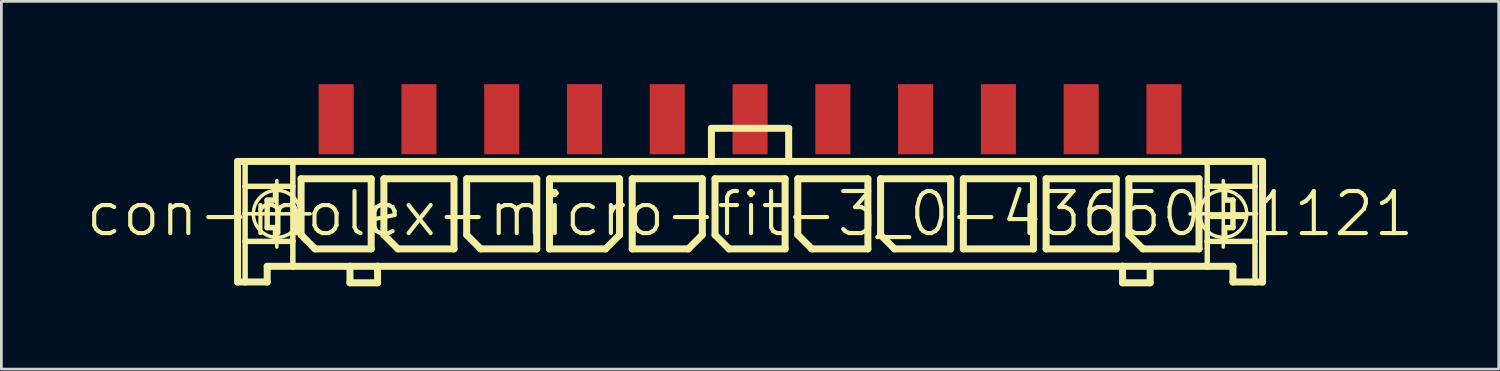
<source format=kicad_pcb>
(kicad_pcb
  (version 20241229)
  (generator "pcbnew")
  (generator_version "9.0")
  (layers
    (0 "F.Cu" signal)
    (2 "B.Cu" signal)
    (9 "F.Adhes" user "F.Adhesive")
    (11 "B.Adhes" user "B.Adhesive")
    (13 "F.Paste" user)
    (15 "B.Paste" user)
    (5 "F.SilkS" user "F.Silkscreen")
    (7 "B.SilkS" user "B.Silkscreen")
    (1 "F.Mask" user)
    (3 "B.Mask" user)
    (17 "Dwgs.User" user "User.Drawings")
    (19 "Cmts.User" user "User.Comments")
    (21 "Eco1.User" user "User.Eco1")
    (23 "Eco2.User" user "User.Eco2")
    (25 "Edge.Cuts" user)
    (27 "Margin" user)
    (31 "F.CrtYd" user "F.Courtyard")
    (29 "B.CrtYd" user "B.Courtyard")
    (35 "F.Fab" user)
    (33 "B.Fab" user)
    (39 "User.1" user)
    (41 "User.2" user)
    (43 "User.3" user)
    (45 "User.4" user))
  (footprint "con-molex-micro-fit-3_0-43650-1121"
    (layer "F.Cu")
    (at 24.13 4.699)
    (property "Reference" "con-molex-micro-fit-3_0-43650-1121" (at 0 0 0) (layer "F.SilkS") (effects (font (size 1.524 1.524) (thickness 0.15))))
    (attr smd)
    (fp_line (start -18.572 -1.9) (end -18.298 -1.9) (stroke (width 0.254) (type solid)) (layer "F.SilkS"))
    (fp_line (start -18.572 2.469) (end -18.572 -1.9) (stroke (width 0.254) (type solid)) (layer "F.SilkS"))
    (fp_line (start -18.354 0) (end -15.944 0) (stroke (width 0.127) (type solid)) (layer "F.SilkS"))
    (fp_line (start -18.298 -1.9) (end -16.568 -1.9) (stroke (width 0.254) (type solid)) (layer "F.SilkS"))
    (fp_line (start -18.298 -0.998) (end -18.298 -1.9) (stroke (width 0.198) (type solid)) (layer "F.SilkS"))
    (fp_line (start -18.298 0.998) (end -18.298 -0.998) (stroke (width 0.198) (type solid)) (layer "F.SilkS"))
    (fp_line (start -18.298 2.469) (end -18.572 2.469) (stroke (width 0.254) (type solid)) (layer "F.SilkS"))
    (fp_line (start -18.298 2.469) (end -18.298 0.998) (stroke (width 0.198) (type solid)) (layer "F.SilkS"))
    (fp_line (start -17.498 -0.498) (end -17.498 0.498) (stroke (width 0.198) (type solid)) (layer "F.SilkS"))
    (fp_line (start -17.498 0.498) (end -17.198 0.498) (stroke (width 0.198) (type solid)) (layer "F.SilkS"))
    (fp_line (start -17.498 1.9) (end -17.498 2.469) (stroke (width 0.254) (type solid)) (layer "F.SilkS"))
    (fp_line (start -17.498 2.469) (end -18.298 2.469) (stroke (width 0.254) (type solid)) (layer "F.SilkS"))
    (fp_line (start -17.198 -0.998) (end -18.298 -0.998) (stroke (width 0.198) (type solid)) (layer "F.SilkS"))
    (fp_line (start -17.198 -0.998) (end -17.198 -0.498) (stroke (width 0.198) (type solid)) (layer "F.SilkS"))
    (fp_line (start -17.198 -0.498) (end -17.498 -0.498) (stroke (width 0.198) (type solid)) (layer "F.SilkS"))
    (fp_line (start -17.198 0.498) (end -17.198 0.998) (stroke (width 0.198) (type solid)) (layer "F.SilkS"))
    (fp_line (start -17.198 0.998) (end -18.298 0.998) (stroke (width 0.198) (type solid)) (layer "F.SilkS"))
    (fp_line (start -17.148 1.204) (end -17.148 -1.204) (stroke (width 0.127) (type solid)) (layer "F.SilkS"))
    (fp_line (start -16.568 -1.9) (end -1.4 -1.9) (stroke (width 0.254) (type solid)) (layer "F.SilkS"))
    (fp_line (start -16.568 -0.998) (end -17.198 -0.998) (stroke (width 0.198) (type solid)) (layer "F.SilkS"))
    (fp_line (start -16.568 -0.998) (end -16.568 -1.9) (stroke (width 0.198) (type solid)) (layer "F.SilkS"))
    (fp_line (start -16.568 0.998) (end -17.198 0.998) (stroke (width 0.198) (type solid)) (layer "F.SilkS"))
    (fp_line (start -16.568 0.998) (end -16.568 -0.998) (stroke (width 0.198) (type solid)) (layer "F.SilkS"))
    (fp_line (start -16.568 1.9) (end -17.498 1.9) (stroke (width 0.254) (type solid)) (layer "F.SilkS"))
    (fp_line (start -16.568 1.9) (end -16.568 0.998) (stroke (width 0.198) (type solid)) (layer "F.SilkS"))
    (fp_line (start -16.269 -1.27) (end -13.729 -1.27) (stroke (width 0.254) (type solid)) (layer "F.SilkS"))
    (fp_line (start -16.269 0.762) (end -16.269 -1.27) (stroke (width 0.254) (type solid)) (layer "F.SilkS"))
    (fp_line (start -15.761 1.27) (end -16.269 0.762) (stroke (width 0.254) (type solid)) (layer "F.SilkS"))
    (fp_line (start -14.498 1.9) (end -16.568 1.9) (stroke (width 0.254) (type solid)) (layer "F.SilkS"))
    (fp_line (start -14.498 1.9) (end -14.498 2.499) (stroke (width 0.254) (type solid)) (layer "F.SilkS"))
    (fp_line (start -14.498 2.499) (end -13.498 2.499) (stroke (width 0.254) (type solid)) (layer "F.SilkS"))
    (fp_line (start -13.729 -1.27) (end -13.729 1.27) (stroke (width 0.254) (type solid)) (layer "F.SilkS"))
    (fp_line (start -13.729 1.27) (end -15.761 1.27) (stroke (width 0.254) (type solid)) (layer "F.SilkS"))
    (fp_line (start -13.498 1.9) (end -14.498 1.9) (stroke (width 0.254) (type solid)) (layer "F.SilkS"))
    (fp_line (start -13.498 2.499) (end -13.498 1.9) (stroke (width 0.254) (type solid)) (layer "F.SilkS"))
    (fp_line (start -13.269 -1.27) (end -10.729 -1.27) (stroke (width 0.254) (type solid)) (layer "F.SilkS"))
    (fp_line (start -13.269 0.762) (end -13.269 -1.27) (stroke (width 0.254) (type solid)) (layer "F.SilkS"))
    (fp_line (start -12.761 1.27) (end -13.269 0.762) (stroke (width 0.254) (type solid)) (layer "F.SilkS"))
    (fp_line (start -10.729 -1.27) (end -10.729 1.27) (stroke (width 0.254) (type solid)) (layer "F.SilkS"))
    (fp_line (start -10.729 1.27) (end -12.761 1.27) (stroke (width 0.254) (type solid)) (layer "F.SilkS"))
    (fp_line (start -10.269 -1.27) (end -7.729 -1.27) (stroke (width 0.254) (type solid)) (layer "F.SilkS"))
    (fp_line (start -10.269 0.762) (end -10.269 -1.27) (stroke (width 0.254) (type solid)) (layer "F.SilkS"))
    (fp_line (start -9.761 1.27) (end -10.269 0.762) (stroke (width 0.254) (type solid)) (layer "F.SilkS"))
    (fp_line (start -7.729 -1.27) (end -7.729 1.27) (stroke (width 0.254) (type solid)) (layer "F.SilkS"))
    (fp_line (start -7.729 1.27) (end -9.761 1.27) (stroke (width 0.254) (type solid)) (layer "F.SilkS"))
    (fp_line (start -7.269 -1.27) (end -4.729 -1.27) (stroke (width 0.254) (type solid)) (layer "F.SilkS"))
    (fp_line (start -7.269 1.27) (end -7.269 -1.27) (stroke (width 0.254) (type solid)) (layer "F.SilkS"))
    (fp_line (start -5.237 1.27) (end -7.269 1.27) (stroke (width 0.254) (type solid)) (layer "F.SilkS"))
    (fp_line (start -4.729 -1.27) (end -4.729 0.762) (stroke (width 0.254) (type solid)) (layer "F.SilkS"))
    (fp_line (start -4.729 0.762) (end -5.237 1.27) (stroke (width 0.254) (type solid)) (layer "F.SilkS"))
    (fp_line (start -4.27 -1.27) (end -1.73 -1.27) (stroke (width 0.254) (type solid)) (layer "F.SilkS"))
    (fp_line (start -4.27 1.27) (end -4.27 -1.27) (stroke (width 0.254) (type solid)) (layer "F.SilkS"))
    (fp_line (start -2.238 1.27) (end -4.27 1.27) (stroke (width 0.254) (type solid)) (layer "F.SilkS"))
    (fp_line (start -1.73 -1.27) (end -1.73 0.762) (stroke (width 0.254) (type solid)) (layer "F.SilkS"))
    (fp_line (start -1.73 0.762) (end -2.238 1.27) (stroke (width 0.254) (type solid)) (layer "F.SilkS"))
    (fp_line (start -1.4 -3.099) (end -1.4 -1.9) (stroke (width 0.254) (type solid)) (layer "F.SilkS"))
    (fp_line (start -1.4 -3.099) (end 1.4 -3.099) (stroke (width 0.254) (type solid)) (layer "F.SilkS"))
    (fp_line (start -1.4 -1.9) (end 1.4 -1.9) (stroke (width 0.254) (type solid)) (layer "F.SilkS"))
    (fp_line (start -1.27 -1.27) (end 1.27 -1.27) (stroke (width 0.254) (type solid)) (layer "F.SilkS"))
    (fp_line (start -1.27 0.762) (end -1.27 -1.27) (stroke (width 0.254) (type solid)) (layer "F.SilkS"))
    (fp_line (start -0.762 1.27) (end -1.27 0.762) (stroke (width 0.254) (type solid)) (layer "F.SilkS"))
    (fp_line (start 1.27 -1.27) (end 1.27 1.27) (stroke (width 0.254) (type solid)) (layer "F.SilkS"))
    (fp_line (start 1.27 1.27) (end -0.762 1.27) (stroke (width 0.254) (type solid)) (layer "F.SilkS"))
    (fp_line (start 1.4 -3.099) (end 1.4 -1.9) (stroke (width 0.254) (type solid)) (layer "F.SilkS"))
    (fp_line (start 1.4 -1.9) (end 16.568 -1.9) (stroke (width 0.254) (type solid)) (layer "F.SilkS"))
    (fp_line (start 1.73 -1.27) (end 4.27 -1.27) (stroke (width 0.254) (type solid)) (layer "F.SilkS"))
    (fp_line (start 1.73 0.762) (end 1.73 -1.27) (stroke (width 0.254) (type solid)) (layer "F.SilkS"))
    (fp_line (start 2.238 1.27) (end 1.73 0.762) (stroke (width 0.254) (type solid)) (layer "F.SilkS"))
    (fp_line (start 4.27 -1.27) (end 4.27 1.27) (stroke (width 0.254) (type solid)) (layer "F.SilkS"))
    (fp_line (start 4.27 1.27) (end 2.238 1.27) (stroke (width 0.254) (type solid)) (layer "F.SilkS"))
    (fp_line (start 4.729 -1.27) (end 7.269 -1.27) (stroke (width 0.254) (type solid)) (layer "F.SilkS"))
    (fp_line (start 4.729 0.762) (end 4.729 -1.27) (stroke (width 0.254) (type solid)) (layer "F.SilkS"))
    (fp_line (start 5.237 1.27) (end 4.729 0.762) (stroke (width 0.254) (type solid)) (layer "F.SilkS"))
    (fp_line (start 7.269 -1.27) (end 7.269 1.27) (stroke (width 0.254) (type solid)) (layer "F.SilkS"))
    (fp_line (start 7.269 1.27) (end 5.237 1.27) (stroke (width 0.254) (type solid)) (layer "F.SilkS"))
    (fp_line (start 7.729 -1.27) (end 10.269 -1.27) (stroke (width 0.254) (type solid)) (layer "F.SilkS"))
    (fp_line (start 7.729 1.27) (end 7.729 -1.27) (stroke (width 0.254) (type solid)) (layer "F.SilkS"))
    (fp_line (start 10.269 -1.27) (end 10.269 1.27) (stroke (width 0.254) (type solid)) (layer "F.SilkS"))
    (fp_line (start 10.269 1.27) (end 7.729 1.27) (stroke (width 0.254) (type solid)) (layer "F.SilkS"))
    (fp_line (start 10.729 -1.27) (end 13.269 -1.27) (stroke (width 0.254) (type solid)) (layer "F.SilkS"))
    (fp_line (start 10.729 1.27) (end 10.729 -1.27) (stroke (width 0.254) (type solid)) (layer "F.SilkS"))
    (fp_line (start 13.269 -1.27) (end 13.269 1.27) (stroke (width 0.254) (type solid)) (layer "F.SilkS"))
    (fp_line (start 13.269 1.27) (end 10.729 1.27) (stroke (width 0.254) (type solid)) (layer "F.SilkS"))
    (fp_line (start 13.498 1.9) (end -13.498 1.9) (stroke (width 0.254) (type solid)) (layer "F.SilkS"))
    (fp_line (start 13.498 1.9) (end 13.498 2.499) (stroke (width 0.254) (type solid)) (layer "F.SilkS"))
    (fp_line (start 13.498 2.499) (end 14.498 2.499) (stroke (width 0.254) (type solid)) (layer "F.SilkS"))
    (fp_line (start 13.729 -1.27) (end 16.269 -1.27) (stroke (width 0.254) (type solid)) (layer "F.SilkS"))
    (fp_line (start 13.729 0.762) (end 13.729 -1.27) (stroke (width 0.254) (type solid)) (layer "F.SilkS"))
    (fp_line (start 14.237 1.27) (end 13.729 0.762) (stroke (width 0.254) (type solid)) (layer "F.SilkS"))
    (fp_line (start 14.498 1.9) (end 13.498 1.9) (stroke (width 0.254) (type solid)) (layer "F.SilkS"))
    (fp_line (start 14.498 2.499) (end 14.498 1.9) (stroke (width 0.254) (type solid)) (layer "F.SilkS"))
    (fp_line (start 15.944 0) (end 18.354 0) (stroke (width 0.127) (type solid)) (layer "F.SilkS"))
    (fp_line (start 16.269 -1.27) (end 16.269 1.27) (stroke (width 0.254) (type solid)) (layer "F.SilkS"))
    (fp_line (start 16.269 1.27) (end 14.237 1.27) (stroke (width 0.254) (type solid)) (layer "F.SilkS"))
    (fp_line (start 16.568 -1.9) (end 16.568 -0.998) (stroke (width 0.198) (type solid)) (layer "F.SilkS"))
    (fp_line (start 16.568 -1.9) (end 18.298 -1.9) (stroke (width 0.254) (type solid)) (layer "F.SilkS"))
    (fp_line (start 16.568 -0.998) (end 16.568 0.998) (stroke (width 0.198) (type solid)) (layer "F.SilkS"))
    (fp_line (start 16.568 -0.998) (end 17.198 -0.998) (stroke (width 0.198) (type solid)) (layer "F.SilkS"))
    (fp_line (start 16.568 0.998) (end 16.568 1.9) (stroke (width 0.198) (type solid)) (layer "F.SilkS"))
    (fp_line (start 16.568 0.998) (end 17.198 0.998) (stroke (width 0.198) (type solid)) (layer "F.SilkS"))
    (fp_line (start 16.568 1.9) (end 14.498 1.9) (stroke (width 0.254) (type solid)) (layer "F.SilkS"))
    (fp_line (start 17.148 1.204) (end 17.148 -1.204) (stroke (width 0.127) (type solid)) (layer "F.SilkS"))
    (fp_line (start 17.198 -0.998) (end 17.198 -0.498) (stroke (width 0.198) (type solid)) (layer "F.SilkS"))
    (fp_line (start 17.198 -0.998) (end 18.298 -0.998) (stroke (width 0.198) (type solid)) (layer "F.SilkS"))
    (fp_line (start 17.198 -0.498) (end 17.498 -0.498) (stroke (width 0.198) (type solid)) (layer "F.SilkS"))
    (fp_line (start 17.198 0.498) (end 17.198 0.998) (stroke (width 0.198) (type solid)) (layer "F.SilkS"))
    (fp_line (start 17.198 0.998) (end 18.298 0.998) (stroke (width 0.198) (type solid)) (layer "F.SilkS"))
    (fp_line (start 17.498 -0.498) (end 17.498 0.498) (stroke (width 0.198) (type solid)) (layer "F.SilkS"))
    (fp_line (start 17.498 0.498) (end 17.198 0.498) (stroke (width 0.198) (type solid)) (layer "F.SilkS"))
    (fp_line (start 17.498 1.9) (end 16.568 1.9) (stroke (width 0.254) (type solid)) (layer "F.SilkS"))
    (fp_line (start 17.498 2.469) (end 17.498 1.9) (stroke (width 0.254) (type solid)) (layer "F.SilkS"))
    (fp_line (start 17.498 2.469) (end 18.298 2.469) (stroke (width 0.254) (type solid)) (layer "F.SilkS"))
    (fp_line (start 18.298 -1.9) (end 18.572 -1.9) (stroke (width 0.254) (type solid)) (layer "F.SilkS"))
    (fp_line (start 18.298 -0.998) (end 18.298 -1.9) (stroke (width 0.198) (type solid)) (layer "F.SilkS"))
    (fp_line (start 18.298 0.998) (end 18.298 -0.998) (stroke (width 0.198) (type solid)) (layer "F.SilkS"))
    (fp_line (start 18.298 2.469) (end 18.298 0.998) (stroke (width 0.198) (type solid)) (layer "F.SilkS"))
    (fp_line (start 18.298 2.469) (end 18.572 2.469) (stroke (width 0.254) (type solid)) (layer "F.SilkS"))
    (fp_line (start 18.572 -1.9) (end 18.572 2.469) (stroke (width 0.254) (type solid)) (layer "F.SilkS"))
    (fp_circle (center -17.148 0) (end -17.75 0.602) (stroke (width 0.127) (type solid)) (fill no) (layer "F.SilkS"))
    (fp_circle (center 17.148 0) (end 17.75 0.602) (stroke (width 0.127) (type solid)) (fill no) (layer "F.SilkS"))
    (pad "P$1" smd rect (at 14.999 -3.429) (size 1.27 2.54) (layers "F.Cu" "F.Mask" "F.Paste"))
    (pad "P$2" smd rect (at 11.999 -3.429) (size 1.27 2.54) (layers "F.Cu" "F.Mask" "F.Paste"))
    (pad "P$3" smd rect (at 8.999 -3.429) (size 1.27 2.54) (layers "F.Cu" "F.Mask" "F.Paste"))
    (pad "P$4" smd rect (at 5.999 -3.429) (size 1.27 2.54) (layers "F.Cu" "F.Mask" "F.Paste"))
    (pad "P$5" smd rect (at 3 -3.429) (size 1.27 2.54) (layers "F.Cu" "F.Mask" "F.Paste"))
    (pad "P$6" smd rect (at 0 -3.429) (size 1.27 2.54) (layers "F.Cu" "F.Mask" "F.Paste"))
    (pad "P$7" smd rect (at -3 -3.429) (size 1.27 2.54) (layers "F.Cu" "F.Mask" "F.Paste"))
    (pad "P$8" smd rect (at -5.999 -3.429) (size 1.27 2.54) (layers "F.Cu" "F.Mask" "F.Paste"))
    (pad "P$9" smd rect (at -8.999 -3.429) (size 1.27 2.54) (layers "F.Cu" "F.Mask" "F.Paste"))
    (pad "P$10" smd rect (at -11.999 -3.429) (size 1.27 2.54) (layers "F.Cu" "F.Mask" "F.Paste"))
    (pad "P$11" smd rect (at -14.999 -3.429) (size 1.27 2.54) (layers "F.Cu" "F.Mask" "F.Paste")))
  (gr_rect
    (start -3 -3)
    (end 51.26 10.325)
    (stroke (width 0.1) (type default))
    (fill no)
    (layer "Edge.Cuts")))
</source>
